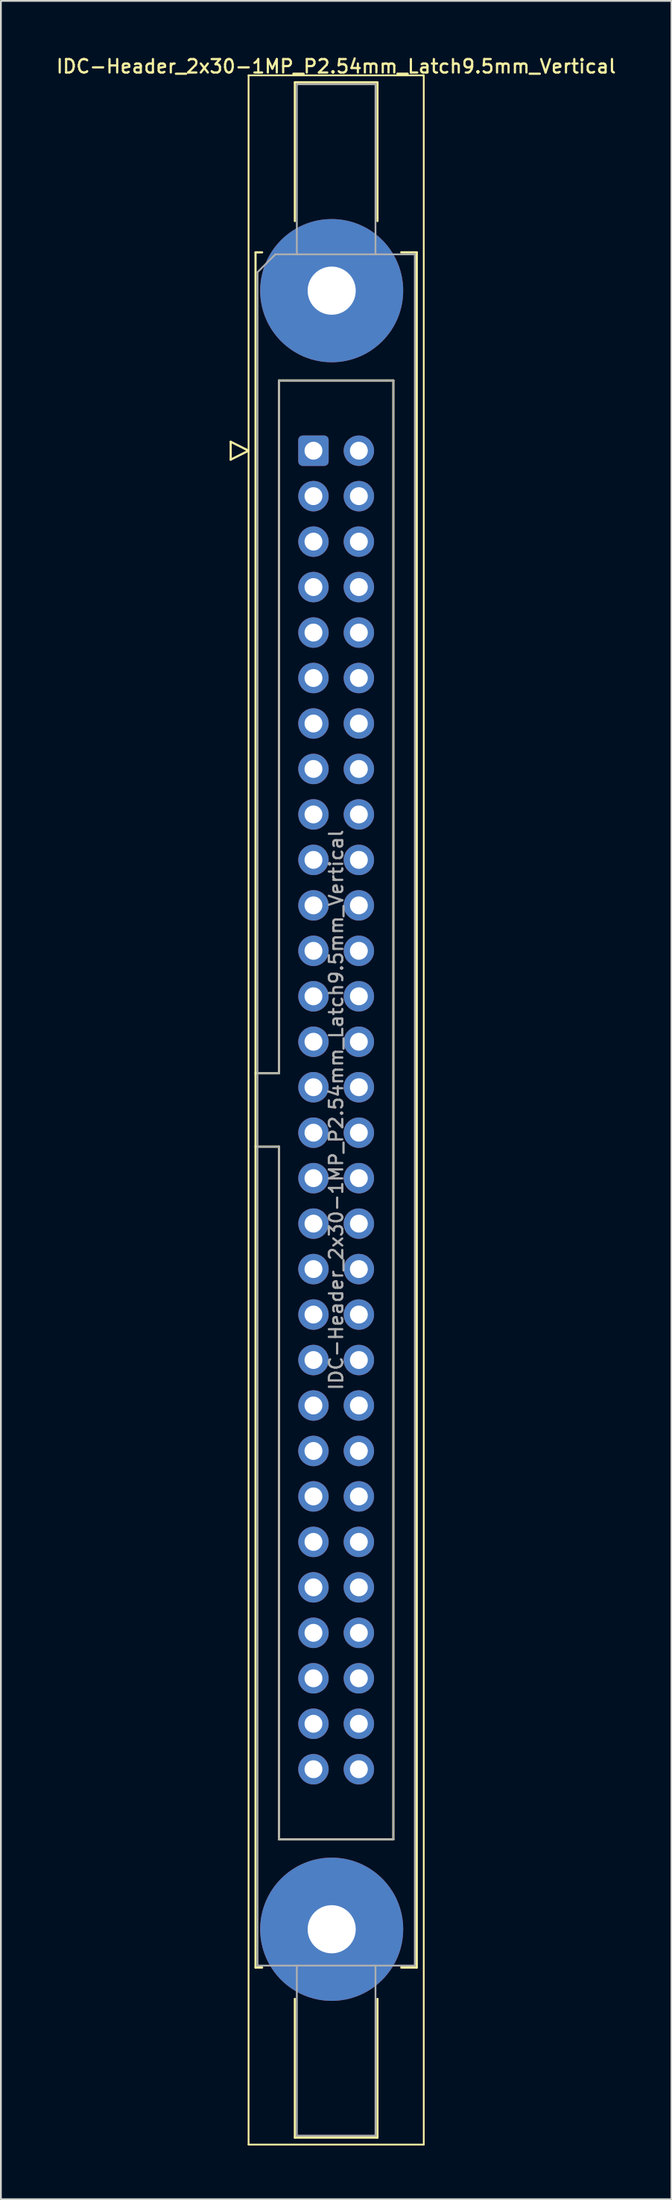
<source format=kicad_pcb>
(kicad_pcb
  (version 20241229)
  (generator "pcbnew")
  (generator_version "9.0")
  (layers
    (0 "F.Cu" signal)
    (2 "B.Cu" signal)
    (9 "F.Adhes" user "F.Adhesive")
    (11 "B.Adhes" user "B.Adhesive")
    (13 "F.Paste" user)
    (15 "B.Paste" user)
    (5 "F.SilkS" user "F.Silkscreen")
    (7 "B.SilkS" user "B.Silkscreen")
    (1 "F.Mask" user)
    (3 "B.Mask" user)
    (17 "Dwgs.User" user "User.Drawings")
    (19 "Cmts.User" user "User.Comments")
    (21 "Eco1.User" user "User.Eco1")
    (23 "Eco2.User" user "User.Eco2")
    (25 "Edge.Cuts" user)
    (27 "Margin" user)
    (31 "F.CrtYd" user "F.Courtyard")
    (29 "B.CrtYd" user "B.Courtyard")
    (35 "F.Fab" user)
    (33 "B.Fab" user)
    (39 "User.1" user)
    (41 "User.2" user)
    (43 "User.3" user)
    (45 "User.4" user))
  (footprint "IDC-Header_2x30-1MP_P2.54mm_Latch9.5mm_Vertical"
    (layer "F.Cu")
    (at 14.485 22.128)
    (property "Reference" "IDC-Header_2x30-1MP_P2.54mm_Latch9.5mm_Vertical" (at 1.27 -21.47 0) (layer "F.SilkS") (effects (font (size 0.75 0.75) (thickness 0.125))))
    (attr through_hole)
    (fp_line (start -4.63 -0.5) (end -4.63 0.5) (stroke (width 0.12) (type solid)) (layer "F.SilkS"))
    (fp_line (start -4.63 0.5) (end -3.63 0) (stroke (width 0.12) (type solid)) (layer "F.SilkS"))
    (fp_line (start -3.63 -20.97) (end -3.63 94.63) (stroke (width 0.1) (type solid)) (layer "F.SilkS"))
    (fp_line (start -3.63 0) (end -4.63 -0.5) (stroke (width 0.12) (type solid)) (layer "F.SilkS"))
    (fp_line (start -3.63 94.63) (end 6.17 94.63) (stroke (width 0.1) (type solid)) (layer "F.SilkS"))
    (fp_line (start -3.24 -11.08) (end -3.24 84.74) (stroke (width 0.12) (type solid)) (layer "F.SilkS"))
    (fp_line (start -3.24 34.78) (end -1.93 34.78) (stroke (width 0.12) (type solid)) (layer "F.SilkS"))
    (fp_line (start -3.24 84.74) (end -2.87 84.74) (stroke (width 0.12) (type solid)) (layer "F.SilkS"))
    (fp_line (start -2.87 -11.08) (end -3.24 -11.08) (stroke (width 0.12) (type solid)) (layer "F.SilkS"))
    (fp_line (start -1.93 -3.92) (end 4.47 -3.92) (stroke (width 0.12) (type solid)) (layer "F.SilkS"))
    (fp_line (start -1.93 34.78) (end -1.93 -3.92) (stroke (width 0.12) (type solid)) (layer "F.SilkS"))
    (fp_line (start -1.93 38.88) (end -3.24 38.88) (stroke (width 0.12) (type solid)) (layer "F.SilkS"))
    (fp_line (start -1.93 38.88) (end -1.93 38.88) (stroke (width 0.12) (type solid)) (layer "F.SilkS"))
    (fp_line (start -1.93 77.58) (end -1.93 38.88) (stroke (width 0.12) (type solid)) (layer "F.SilkS"))
    (fp_line (start -1.04 -20.58) (end 3.58 -20.58) (stroke (width 0.12) (type solid)) (layer "F.SilkS"))
    (fp_line (start -1.04 -12.83) (end -1.04 -20.58) (stroke (width 0.12) (type solid)) (layer "F.SilkS"))
    (fp_line (start -1.04 86.49) (end -1.04 94.24) (stroke (width 0.12) (type solid)) (layer "F.SilkS"))
    (fp_line (start -1.04 94.24) (end 3.58 94.24) (stroke (width 0.12) (type solid)) (layer "F.SilkS"))
    (fp_line (start 3.58 -20.58) (end 3.58 -12.83) (stroke (width 0.12) (type solid)) (layer "F.SilkS"))
    (fp_line (start 3.58 94.24) (end 3.58 86.49) (stroke (width 0.12) (type solid)) (layer "F.SilkS"))
    (fp_line (start 4.47 -3.92) (end 4.47 77.58) (stroke (width 0.12) (type solid)) (layer "F.SilkS"))
    (fp_line (start 4.47 77.58) (end -1.93 77.58) (stroke (width 0.12) (type solid)) (layer "F.SilkS"))
    (fp_line (start 4.91 -11.08) (end 5.78 -11.08) (stroke (width 0.12) (type solid)) (layer "F.SilkS"))
    (fp_line (start 5.78 -11.08) (end 5.78 84.74) (stroke (width 0.12) (type solid)) (layer "F.SilkS"))
    (fp_line (start 5.78 84.74) (end 4.91 84.74) (stroke (width 0.12) (type solid)) (layer "F.SilkS"))
    (fp_line (start 6.17 -20.97) (end -3.63 -20.97) (stroke (width 0.1) (type solid)) (layer "F.SilkS"))
    (fp_line (start 6.17 94.63) (end 6.17 -20.97) (stroke (width 0.1) (type solid)) (layer "F.SilkS"))
    (fp_line (start -3.13 -9.97) (end -2.13 -10.97) (stroke (width 0.1) (type solid)) (layer "F.Fab"))
    (fp_line (start -3.13 34.78) (end -1.93 34.78) (stroke (width 0.1) (type solid)) (layer "F.Fab"))
    (fp_line (start -3.13 84.63) (end -3.13 -9.97) (stroke (width 0.1) (type solid)) (layer "F.Fab"))
    (fp_line (start -2.13 -10.97) (end 5.67 -10.97) (stroke (width 0.1) (type solid)) (layer "F.Fab"))
    (fp_line (start -1.93 -3.92) (end 4.47 -3.92) (stroke (width 0.1) (type solid)) (layer "F.Fab"))
    (fp_line (start -1.93 34.78) (end -1.93 -3.92) (stroke (width 0.1) (type solid)) (layer "F.Fab"))
    (fp_line (start -1.93 38.88) (end -3.13 38.88) (stroke (width 0.1) (type solid)) (layer "F.Fab"))
    (fp_line (start -1.93 38.88) (end -1.93 38.88) (stroke (width 0.1) (type solid)) (layer "F.Fab"))
    (fp_line (start -1.93 77.58) (end -1.93 38.88) (stroke (width 0.1) (type solid)) (layer "F.Fab"))
    (fp_line (start -0.93 -20.47) (end 3.47 -20.47) (stroke (width 0.1) (type solid)) (layer "F.Fab"))
    (fp_line (start -0.93 -10.97) (end -0.93 -20.47) (stroke (width 0.1) (type solid)) (layer "F.Fab"))
    (fp_line (start -0.93 84.63) (end -0.93 94.13) (stroke (width 0.1) (type solid)) (layer "F.Fab"))
    (fp_line (start -0.93 94.13) (end 3.47 94.13) (stroke (width 0.1) (type solid)) (layer "F.Fab"))
    (fp_line (start 3.47 -20.47) (end 3.47 -10.97) (stroke (width 0.1) (type solid)) (layer "F.Fab"))
    (fp_line (start 3.47 94.13) (end 3.47 84.63) (stroke (width 0.1) (type solid)) (layer "F.Fab"))
    (fp_line (start 4.47 -3.92) (end 4.47 77.58) (stroke (width 0.1) (type solid)) (layer "F.Fab"))
    (fp_line (start 4.47 77.58) (end -1.93 77.58) (stroke (width 0.1) (type solid)) (layer "F.Fab"))
    (fp_line (start 5.67 -10.97) (end 5.67 84.63) (stroke (width 0.1) (type solid)) (layer "F.Fab"))
    (fp_line (start 5.67 84.63) (end -3.13 84.63) (stroke (width 0.1) (type solid)) (layer "F.Fab"))
    (fp_text user "${REFERENCE}" (at 1.27 36.83 90) (layer "F.Fab") (effects (font (size 0.75 0.75) (thickness 0.125))))
    (pad "1" thru_hole roundrect (at 0 0) (size 1.7 1.7) (drill 1) (layers "*.Cu" "*.Mask") (roundrect_rratio 0.147))
    (pad "2" thru_hole circle (at 2.54 0) (size 1.7 1.7) (drill 1) (layers "*.Cu" "*.Mask"))
    (pad "3" thru_hole circle (at 0 2.54) (size 1.7 1.7) (drill 1) (layers "*.Cu" "*.Mask"))
    (pad "4" thru_hole circle (at 2.54 2.54) (size 1.7 1.7) (drill 1) (layers "*.Cu" "*.Mask"))
    (pad "5" thru_hole circle (at 0 5.08) (size 1.7 1.7) (drill 1) (layers "*.Cu" "*.Mask"))
    (pad "6" thru_hole circle (at 2.54 5.08) (size 1.7 1.7) (drill 1) (layers "*.Cu" "*.Mask"))
    (pad "7" thru_hole circle (at 0 7.62) (size 1.7 1.7) (drill 1) (layers "*.Cu" "*.Mask"))
    (pad "8" thru_hole circle (at 2.54 7.62) (size 1.7 1.7) (drill 1) (layers "*.Cu" "*.Mask"))
    (pad "9" thru_hole circle (at 0 10.16) (size 1.7 1.7) (drill 1) (layers "*.Cu" "*.Mask"))
    (pad "10" thru_hole circle (at 2.54 10.16) (size 1.7 1.7) (drill 1) (layers "*.Cu" "*.Mask"))
    (pad "11" thru_hole circle (at 0 12.7) (size 1.7 1.7) (drill 1) (layers "*.Cu" "*.Mask"))
    (pad "12" thru_hole circle (at 2.54 12.7) (size 1.7 1.7) (drill 1) (layers "*.Cu" "*.Mask"))
    (pad "13" thru_hole circle (at 0 15.24) (size 1.7 1.7) (drill 1) (layers "*.Cu" "*.Mask"))
    (pad "14" thru_hole circle (at 2.54 15.24) (size 1.7 1.7) (drill 1) (layers "*.Cu" "*.Mask"))
    (pad "15" thru_hole circle (at 0 17.78) (size 1.7 1.7) (drill 1) (layers "*.Cu" "*.Mask"))
    (pad "16" thru_hole circle (at 2.54 17.78) (size 1.7 1.7) (drill 1) (layers "*.Cu" "*.Mask"))
    (pad "17" thru_hole circle (at 0 20.32) (size 1.7 1.7) (drill 1) (layers "*.Cu" "*.Mask"))
    (pad "18" thru_hole circle (at 2.54 20.32) (size 1.7 1.7) (drill 1) (layers "*.Cu" "*.Mask"))
    (pad "19" thru_hole circle (at 0 22.86) (size 1.7 1.7) (drill 1) (layers "*.Cu" "*.Mask"))
    (pad "20" thru_hole circle (at 2.54 22.86) (size 1.7 1.7) (drill 1) (layers "*.Cu" "*.Mask"))
    (pad "21" thru_hole circle (at 0 25.4) (size 1.7 1.7) (drill 1) (layers "*.Cu" "*.Mask"))
    (pad "22" thru_hole circle (at 2.54 25.4) (size 1.7 1.7) (drill 1) (layers "*.Cu" "*.Mask"))
    (pad "23" thru_hole circle (at 0 27.94) (size 1.7 1.7) (drill 1) (layers "*.Cu" "*.Mask"))
    (pad "24" thru_hole circle (at 2.54 27.94) (size 1.7 1.7) (drill 1) (layers "*.Cu" "*.Mask"))
    (pad "25" thru_hole circle (at 0 30.48) (size 1.7 1.7) (drill 1) (layers "*.Cu" "*.Mask"))
    (pad "26" thru_hole circle (at 2.54 30.48) (size 1.7 1.7) (drill 1) (layers "*.Cu" "*.Mask"))
    (pad "27" thru_hole circle (at 0 33.02) (size 1.7 1.7) (drill 1) (layers "*.Cu" "*.Mask"))
    (pad "28" thru_hole circle (at 2.54 33.02) (size 1.7 1.7) (drill 1) (layers "*.Cu" "*.Mask"))
    (pad "29" thru_hole circle (at 0 35.56) (size 1.7 1.7) (drill 1) (layers "*.Cu" "*.Mask"))
    (pad "30" thru_hole circle (at 2.54 35.56) (size 1.7 1.7) (drill 1) (layers "*.Cu" "*.Mask"))
    (pad "31" thru_hole circle (at 0 38.1) (size 1.7 1.7) (drill 1) (layers "*.Cu" "*.Mask"))
    (pad "32" thru_hole circle (at 2.54 38.1) (size 1.7 1.7) (drill 1) (layers "*.Cu" "*.Mask"))
    (pad "33" thru_hole circle (at 0 40.64) (size 1.7 1.7) (drill 1) (layers "*.Cu" "*.Mask"))
    (pad "34" thru_hole circle (at 2.54 40.64) (size 1.7 1.7) (drill 1) (layers "*.Cu" "*.Mask"))
    (pad "35" thru_hole circle (at 0 43.18) (size 1.7 1.7) (drill 1) (layers "*.Cu" "*.Mask"))
    (pad "36" thru_hole circle (at 2.54 43.18) (size 1.7 1.7) (drill 1) (layers "*.Cu" "*.Mask"))
    (pad "37" thru_hole circle (at 0 45.72) (size 1.7 1.7) (drill 1) (layers "*.Cu" "*.Mask"))
    (pad "38" thru_hole circle (at 2.54 45.72) (size 1.7 1.7) (drill 1) (layers "*.Cu" "*.Mask"))
    (pad "39" thru_hole circle (at 0 48.26) (size 1.7 1.7) (drill 1) (layers "*.Cu" "*.Mask"))
    (pad "40" thru_hole circle (at 2.54 48.26) (size 1.7 1.7) (drill 1) (layers "*.Cu" "*.Mask"))
    (pad "41" thru_hole circle (at 0 50.8) (size 1.7 1.7) (drill 1) (layers "*.Cu" "*.Mask"))
    (pad "42" thru_hole circle (at 2.54 50.8) (size 1.7 1.7) (drill 1) (layers "*.Cu" "*.Mask"))
    (pad "43" thru_hole circle (at 0 53.34) (size 1.7 1.7) (drill 1) (layers "*.Cu" "*.Mask"))
    (pad "44" thru_hole circle (at 2.54 53.34) (size 1.7 1.7) (drill 1) (layers "*.Cu" "*.Mask"))
    (pad "45" thru_hole circle (at 0 55.88) (size 1.7 1.7) (drill 1) (layers "*.Cu" "*.Mask"))
    (pad "46" thru_hole circle (at 2.54 55.88) (size 1.7 1.7) (drill 1) (layers "*.Cu" "*.Mask"))
    (pad "47" thru_hole circle (at 0 58.42) (size 1.7 1.7) (drill 1) (layers "*.Cu" "*.Mask"))
    (pad "48" thru_hole circle (at 2.54 58.42) (size 1.7 1.7) (drill 1) (layers "*.Cu" "*.Mask"))
    (pad "49" thru_hole circle (at 0 60.96) (size 1.7 1.7) (drill 1) (layers "*.Cu" "*.Mask"))
    (pad "50" thru_hole circle (at 2.54 60.96) (size 1.7 1.7) (drill 1) (layers "*.Cu" "*.Mask"))
    (pad "51" thru_hole circle (at 0 63.5) (size 1.7 1.7) (drill 1) (layers "*.Cu" "*.Mask"))
    (pad "52" thru_hole circle (at 2.54 63.5) (size 1.7 1.7) (drill 1) (layers "*.Cu" "*.Mask"))
    (pad "53" thru_hole circle (at 0 66.04) (size 1.7 1.7) (drill 1) (layers "*.Cu" "*.Mask"))
    (pad "54" thru_hole circle (at 2.54 66.04) (size 1.7 1.7) (drill 1) (layers "*.Cu" "*.Mask"))
    (pad "55" thru_hole circle (at 0 68.58) (size 1.7 1.7) (drill 1) (layers "*.Cu" "*.Mask"))
    (pad "56" thru_hole circle (at 2.54 68.58) (size 1.7 1.7) (drill 1) (layers "*.Cu" "*.Mask"))
    (pad "57" thru_hole circle (at 0 71.12) (size 1.7 1.7) (drill 1) (layers "*.Cu" "*.Mask"))
    (pad "58" thru_hole circle (at 2.54 71.12) (size 1.7 1.7) (drill 1) (layers "*.Cu" "*.Mask"))
    (pad "59" thru_hole circle (at 0 73.66) (size 1.7 1.7) (drill 1) (layers "*.Cu" "*.Mask"))
    (pad "60" thru_hole circle (at 2.54 73.66) (size 1.7 1.7) (drill 1) (layers "*.Cu" "*.Mask"))
    (pad "MP" thru_hole circle (at 1.02 -8.94) (size 8 8) (drill 2.69) (layers "*.Cu" "*.Mask"))
    (pad "MP" thru_hole circle (at 1.02 82.6) (size 8 8) (drill 2.69) (layers "*.Cu" "*.Mask")))
  (gr_rect
    (start -3 -3)
    (end 34.511 119.808)
    (stroke (width 0.1) (type default))
    (fill no)
    (layer "Edge.Cuts")))
</source>
